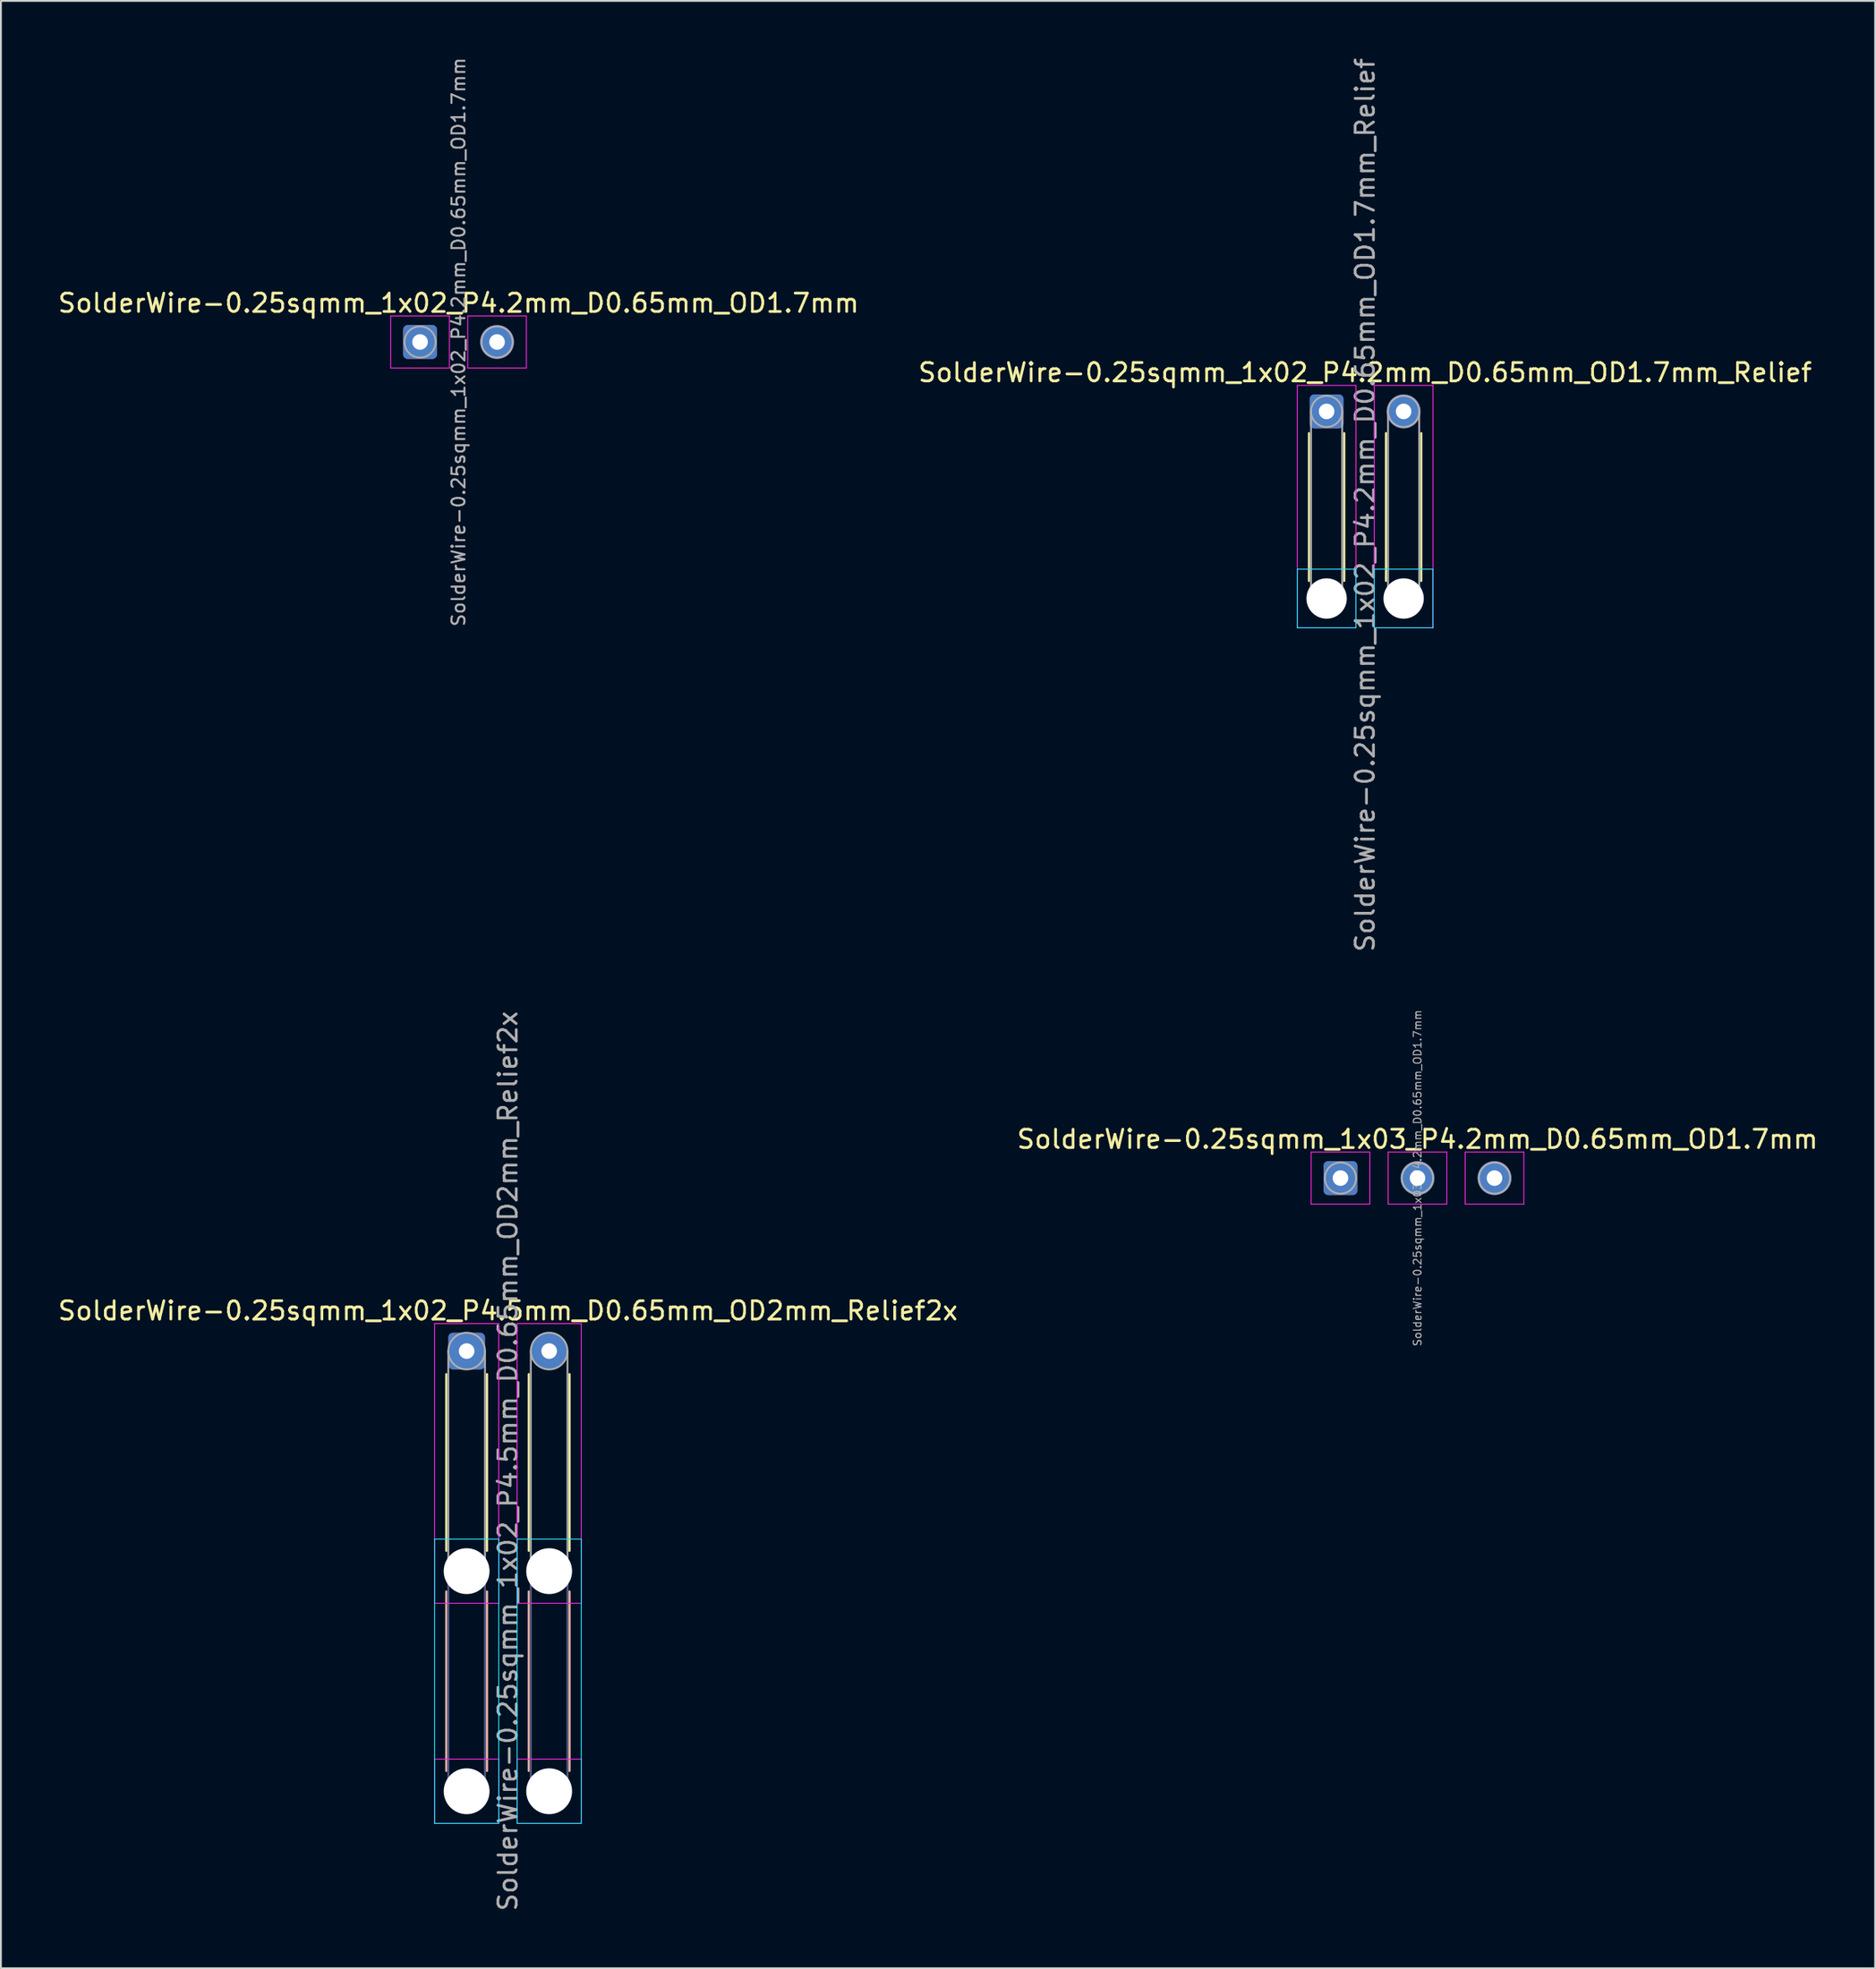
<source format=kicad_pcb>
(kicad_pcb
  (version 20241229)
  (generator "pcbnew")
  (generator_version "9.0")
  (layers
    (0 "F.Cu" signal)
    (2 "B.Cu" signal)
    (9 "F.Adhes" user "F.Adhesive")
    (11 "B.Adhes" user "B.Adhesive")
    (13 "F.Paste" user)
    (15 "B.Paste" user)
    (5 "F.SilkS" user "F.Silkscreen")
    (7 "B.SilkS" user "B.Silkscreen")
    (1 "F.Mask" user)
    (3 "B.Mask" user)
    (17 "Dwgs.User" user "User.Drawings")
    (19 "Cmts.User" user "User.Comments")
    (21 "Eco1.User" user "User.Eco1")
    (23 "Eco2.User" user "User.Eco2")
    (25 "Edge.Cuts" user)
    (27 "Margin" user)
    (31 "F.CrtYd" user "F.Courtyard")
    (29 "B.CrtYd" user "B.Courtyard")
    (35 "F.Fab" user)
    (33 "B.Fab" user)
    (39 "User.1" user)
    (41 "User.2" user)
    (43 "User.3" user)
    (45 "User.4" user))
  (footprint "SolderWire-0.25sqmm_1x03_P4.2mm_D0.65mm_OD1.7mm"
    (layer "F.Cu")
    (at 70.056 61.182)
    (property "Reference" "SolderWire-0.25sqmm_1x03_P4.2mm_D0.65mm_OD1.7mm" (at 4.2 -2.12 0) (layer "F.SilkS") (effects (font (size 1 1) (thickness 0.15))))
    (attr exclude_from_pos_files exclude_from_bom)
    (fp_line (start -1.6 -1.42) (end -1.6 1.42) (stroke (width 0.05) (type solid)) (layer "F.CrtYd"))
    (fp_line (start -1.6 1.42) (end 1.6 1.42) (stroke (width 0.05) (type solid)) (layer "F.CrtYd"))
    (fp_line (start 1.6 -1.42) (end -1.6 -1.42) (stroke (width 0.05) (type solid)) (layer "F.CrtYd"))
    (fp_line (start 1.6 1.42) (end 1.6 -1.42) (stroke (width 0.05) (type solid)) (layer "F.CrtYd"))
    (fp_line (start 2.6 -1.42) (end 2.6 1.42) (stroke (width 0.05) (type solid)) (layer "F.CrtYd"))
    (fp_line (start 2.6 1.42) (end 5.8 1.42) (stroke (width 0.05) (type solid)) (layer "F.CrtYd"))
    (fp_line (start 5.8 -1.42) (end 2.6 -1.42) (stroke (width 0.05) (type solid)) (layer "F.CrtYd"))
    (fp_line (start 5.8 1.42) (end 5.8 -1.42) (stroke (width 0.05) (type solid)) (layer "F.CrtYd"))
    (fp_line (start 6.8 -1.42) (end 6.8 1.42) (stroke (width 0.05) (type solid)) (layer "F.CrtYd"))
    (fp_line (start 6.8 1.42) (end 10 1.42) (stroke (width 0.05) (type solid)) (layer "F.CrtYd"))
    (fp_line (start 10 -1.42) (end 6.8 -1.42) (stroke (width 0.05) (type solid)) (layer "F.CrtYd"))
    (fp_line (start 10 1.42) (end 10 -1.42) (stroke (width 0.05) (type solid)) (layer "F.CrtYd"))
    (fp_circle (center 0 0) (end 0.85 0) (stroke (width 0.1) (type solid)) (fill no) (layer "F.Fab"))
    (fp_circle (center 4.2 0) (end 5.05 0) (stroke (width 0.1) (type solid)) (fill no) (layer "F.Fab"))
    (fp_circle (center 8.4 0) (end 9.25 0) (stroke (width 0.1) (type solid)) (fill no) (layer "F.Fab"))
    (fp_text user "${REFERENCE}" (at 4.2 0 90) (layer "F.Fab") (effects (font (size 0.42 0.42) (thickness 0.06))))
    (pad "1" thru_hole roundrect (at 0 0) (size 1.85 1.85) (drill 0.85) (layers "*.Cu" "*.Mask") (roundrect_rratio 0.135))
    (pad "2" thru_hole circle (at 4.2 0) (size 1.85 1.85) (drill 0.85) (layers "*.Cu" "*.Mask"))
    (pad "3" thru_hole circle (at 8.4 0) (size 1.85 1.85) (drill 0.85) (layers "*.Cu" "*.Mask")))
  (footprint "SolderWire-0.25sqmm_1x02_P4.5mm_D0.65mm_OD2mm_Relief2x"
    (layer "F.Cu")
    (at 22.399 70.613)
    (property "Reference" "SolderWire-0.25sqmm_1x02_P4.5mm_D0.65mm_OD2mm_Relief2x" (at 2.25 -2.2 0) (layer "F.SilkS") (effects (font (size 1 1) (thickness 0.15))))
    (attr exclude_from_pos_files exclude_from_bom)
    (fp_line (start -1.11 1.26) (end -1.11 10.89) (stroke (width 0.12) (type solid)) (layer "F.SilkS"))
    (fp_line (start 1.11 1.26) (end 1.11 10.89) (stroke (width 0.12) (type solid)) (layer "F.SilkS"))
    (fp_line (start 3.39 1.26) (end 3.39 10.89) (stroke (width 0.12) (type solid)) (layer "F.SilkS"))
    (fp_line (start 5.61 1.26) (end 5.61 10.89) (stroke (width 0.12) (type solid)) (layer "F.SilkS"))
    (fp_line (start -1.11 13.11) (end -1.11 22.89) (stroke (width 0.12) (type solid)) (layer "B.SilkS"))
    (fp_line (start 1.11 13.11) (end 1.11 22.89) (stroke (width 0.12) (type solid)) (layer "B.SilkS"))
    (fp_line (start 3.39 13.11) (end 3.39 22.89) (stroke (width 0.12) (type solid)) (layer "B.SilkS"))
    (fp_line (start 5.61 13.11) (end 5.61 22.89) (stroke (width 0.12) (type solid)) (layer "B.SilkS"))
    (fp_line (start -1.75 10.25) (end -1.75 25.75) (stroke (width 0.05) (type solid)) (layer "B.CrtYd"))
    (fp_line (start -1.75 25.75) (end 1.75 25.75) (stroke (width 0.05) (type solid)) (layer "B.CrtYd"))
    (fp_line (start 1.75 10.25) (end -1.75 10.25) (stroke (width 0.05) (type solid)) (layer "B.CrtYd"))
    (fp_line (start 1.75 25.75) (end 1.75 10.25) (stroke (width 0.05) (type solid)) (layer "B.CrtYd"))
    (fp_line (start 2.75 10.25) (end 2.75 25.75) (stroke (width 0.05) (type solid)) (layer "B.CrtYd"))
    (fp_line (start 2.75 25.75) (end 6.25 25.75) (stroke (width 0.05) (type solid)) (layer "B.CrtYd"))
    (fp_line (start 6.25 10.25) (end 2.75 10.25) (stroke (width 0.05) (type solid)) (layer "B.CrtYd"))
    (fp_line (start 6.25 25.75) (end 6.25 10.25) (stroke (width 0.05) (type solid)) (layer "B.CrtYd"))
    (fp_line (start -1.75 -1.5) (end -1.75 13.75) (stroke (width 0.05) (type solid)) (layer "F.CrtYd"))
    (fp_line (start -1.75 13.75) (end 1.75 13.75) (stroke (width 0.05) (type solid)) (layer "F.CrtYd"))
    (fp_line (start -1.75 22.25) (end -1.75 25.75) (stroke (width 0.05) (type solid)) (layer "F.CrtYd"))
    (fp_line (start -1.75 25.75) (end 1.75 25.75) (stroke (width 0.05) (type solid)) (layer "F.CrtYd"))
    (fp_line (start 1.75 -1.5) (end -1.75 -1.5) (stroke (width 0.05) (type solid)) (layer "F.CrtYd"))
    (fp_line (start 1.75 13.75) (end 1.75 -1.5) (stroke (width 0.05) (type solid)) (layer "F.CrtYd"))
    (fp_line (start 1.75 22.25) (end -1.75 22.25) (stroke (width 0.05) (type solid)) (layer "F.CrtYd"))
    (fp_line (start 1.75 25.75) (end 1.75 22.25) (stroke (width 0.05) (type solid)) (layer "F.CrtYd"))
    (fp_line (start 2.75 -1.5) (end 2.75 13.75) (stroke (width 0.05) (type solid)) (layer "F.CrtYd"))
    (fp_line (start 2.75 13.75) (end 6.25 13.75) (stroke (width 0.05) (type solid)) (layer "F.CrtYd"))
    (fp_line (start 2.75 22.25) (end 2.75 25.75) (stroke (width 0.05) (type solid)) (layer "F.CrtYd"))
    (fp_line (start 2.75 25.75) (end 6.25 25.75) (stroke (width 0.05) (type solid)) (layer "F.CrtYd"))
    (fp_line (start 6.25 -1.5) (end 2.75 -1.5) (stroke (width 0.05) (type solid)) (layer "F.CrtYd"))
    (fp_line (start 6.25 13.75) (end 6.25 -1.5) (stroke (width 0.05) (type solid)) (layer "F.CrtYd"))
    (fp_line (start 6.25 22.25) (end 2.75 22.25) (stroke (width 0.05) (type solid)) (layer "F.CrtYd"))
    (fp_line (start 6.25 25.75) (end 6.25 22.25) (stroke (width 0.05) (type solid)) (layer "F.CrtYd"))
    (fp_line (start -1 12) (end -1 24) (stroke (width 0.1) (type solid)) (layer "B.Fab"))
    (fp_line (start 1 12) (end 1 24) (stroke (width 0.1) (type solid)) (layer "B.Fab"))
    (fp_line (start 3.5 12) (end 3.5 24) (stroke (width 0.1) (type solid)) (layer "B.Fab"))
    (fp_line (start 5.5 12) (end 5.5 24) (stroke (width 0.1) (type solid)) (layer "B.Fab"))
    (fp_circle (center 0 12) (end 1 12) (stroke (width 0.1) (type solid)) (fill no) (layer "B.Fab"))
    (fp_circle (center 0 24) (end 1 24) (stroke (width 0.1) (type solid)) (fill no) (layer "B.Fab"))
    (fp_circle (center 4.5 12) (end 5.5 12) (stroke (width 0.1) (type solid)) (fill no) (layer "B.Fab"))
    (fp_circle (center 4.5 24) (end 5.5 24) (stroke (width 0.1) (type solid)) (fill no) (layer "B.Fab"))
    (fp_line (start -1 0) (end -1 12) (stroke (width 0.1) (type solid)) (layer "F.Fab"))
    (fp_line (start 1 0) (end 1 12) (stroke (width 0.1) (type solid)) (layer "F.Fab"))
    (fp_line (start 3.5 0) (end 3.5 12) (stroke (width 0.1) (type solid)) (layer "F.Fab"))
    (fp_line (start 5.5 0) (end 5.5 12) (stroke (width 0.1) (type solid)) (layer "F.Fab"))
    (fp_circle (center 0 0) (end 1 0) (stroke (width 0.1) (type solid)) (fill no) (layer "F.Fab"))
    (fp_circle (center 0 12) (end 1 12) (stroke (width 0.1) (type solid)) (fill no) (layer "F.Fab"))
    (fp_circle (center 0 24) (end 1 24) (stroke (width 0.1) (type solid)) (fill no) (layer "F.Fab"))
    (fp_circle (center 4.5 0) (end 5.5 0) (stroke (width 0.1) (type solid)) (fill no) (layer "F.Fab"))
    (fp_circle (center 4.5 12) (end 5.5 12) (stroke (width 0.1) (type solid)) (fill no) (layer "F.Fab"))
    (fp_circle (center 4.5 24) (end 5.5 24) (stroke (width 0.1) (type solid)) (fill no) (layer "F.Fab"))
    (fp_text user "${REFERENCE}" (at 2.25 6 90) (layer "F.Fab") (effects (font (size 1 1) (thickness 0.15))))
    (pad "" np_thru_hole circle (at 0 12) (size 2.5 2.5) (drill 2.5) (layers "*.Cu" "*.Mask"))
    (pad "" np_thru_hole circle (at 0 24) (size 2.5 2.5) (drill 2.5) (layers "*.Cu" "*.Mask"))
    (pad "" np_thru_hole circle (at 4.5 12) (size 2.5 2.5) (drill 2.5) (layers "*.Cu" "*.Mask"))
    (pad "" np_thru_hole circle (at 4.5 24) (size 2.5 2.5) (drill 2.5) (layers "*.Cu" "*.Mask"))
    (pad "1" thru_hole roundrect (at 0 0) (size 2 2) (drill 0.85) (layers "*.Cu" "*.Mask") (roundrect_rratio 0.125))
    (pad "2" thru_hole circle (at 4.5 0) (size 2 2) (drill 0.85) (layers "*.Cu" "*.Mask")))
  (footprint "SolderWire-0.25sqmm_1x02_P4.2mm_D0.65mm_OD1.7mm"
    (layer "F.Cu")
    (at 19.858 15.596)
    (property "Reference" "SolderWire-0.25sqmm_1x02_P4.2mm_D0.65mm_OD1.7mm" (at 2.1 -2.12 0) (layer "F.SilkS") (effects (font (size 1 1) (thickness 0.15))))
    (attr exclude_from_pos_files exclude_from_bom)
    (fp_line (start -1.6 -1.42) (end -1.6 1.42) (stroke (width 0.05) (type solid)) (layer "F.CrtYd"))
    (fp_line (start -1.6 1.42) (end 1.6 1.42) (stroke (width 0.05) (type solid)) (layer "F.CrtYd"))
    (fp_line (start 1.6 -1.42) (end -1.6 -1.42) (stroke (width 0.05) (type solid)) (layer "F.CrtYd"))
    (fp_line (start 1.6 1.42) (end 1.6 -1.42) (stroke (width 0.05) (type solid)) (layer "F.CrtYd"))
    (fp_line (start 2.6 -1.42) (end 2.6 1.42) (stroke (width 0.05) (type solid)) (layer "F.CrtYd"))
    (fp_line (start 2.6 1.42) (end 5.8 1.42) (stroke (width 0.05) (type solid)) (layer "F.CrtYd"))
    (fp_line (start 5.8 -1.42) (end 2.6 -1.42) (stroke (width 0.05) (type solid)) (layer "F.CrtYd"))
    (fp_line (start 5.8 1.42) (end 5.8 -1.42) (stroke (width 0.05) (type solid)) (layer "F.CrtYd"))
    (fp_circle (center 0 0) (end 0.85 0) (stroke (width 0.1) (type solid)) (fill no) (layer "F.Fab"))
    (fp_circle (center 4.2 0) (end 5.05 0) (stroke (width 0.1) (type solid)) (fill no) (layer "F.Fab"))
    (fp_text user "${REFERENCE}" (at 2.1 0 90) (layer "F.Fab") (effects (font (size 0.71 0.71) (thickness 0.11))))
    (pad "1" thru_hole roundrect (at 0 0) (size 1.85 1.85) (drill 0.85) (layers "*.Cu" "*.Mask") (roundrect_rratio 0.135))
    (pad "2" thru_hole circle (at 4.2 0) (size 1.85 1.85) (drill 0.85) (layers "*.Cu" "*.Mask")))
  (footprint "SolderWire-0.25sqmm_1x02_P4.2mm_D0.65mm_OD1.7mm_Relief"
    (layer "F.Cu")
    (at 69.299 19.382)
    (property "Reference" "SolderWire-0.25sqmm_1x02_P4.2mm_D0.65mm_OD1.7mm_Relief" (at 2.1 -2.12 0) (layer "F.SilkS") (effects (font (size 1 1) (thickness 0.15))))
    (attr exclude_from_pos_files exclude_from_bom)
    (fp_line (start -0.96 1.185) (end -0.96 9.24) (stroke (width 0.12) (type solid)) (layer "F.SilkS"))
    (fp_line (start 0.96 1.185) (end 0.96 9.24) (stroke (width 0.12) (type solid)) (layer "F.SilkS"))
    (fp_line (start 3.24 1.185) (end 3.24 9.24) (stroke (width 0.12) (type solid)) (layer "F.SilkS"))
    (fp_line (start 5.16 1.185) (end 5.16 9.24) (stroke (width 0.12) (type solid)) (layer "F.SilkS"))
    (fp_line (start -1.6 8.6) (end -1.6 11.8) (stroke (width 0.05) (type solid)) (layer "B.CrtYd"))
    (fp_line (start -1.6 11.8) (end 1.6 11.8) (stroke (width 0.05) (type solid)) (layer "B.CrtYd"))
    (fp_line (start 1.6 8.6) (end -1.6 8.6) (stroke (width 0.05) (type solid)) (layer "B.CrtYd"))
    (fp_line (start 1.6 11.8) (end 1.6 8.6) (stroke (width 0.05) (type solid)) (layer "B.CrtYd"))
    (fp_line (start 2.6 8.6) (end 2.6 11.8) (stroke (width 0.05) (type solid)) (layer "B.CrtYd"))
    (fp_line (start 2.6 11.8) (end 5.8 11.8) (stroke (width 0.05) (type solid)) (layer "B.CrtYd"))
    (fp_line (start 5.8 8.6) (end 2.6 8.6) (stroke (width 0.05) (type solid)) (layer "B.CrtYd"))
    (fp_line (start 5.8 11.8) (end 5.8 8.6) (stroke (width 0.05) (type solid)) (layer "B.CrtYd"))
    (fp_line (start -1.6 -1.42) (end -1.6 11.8) (stroke (width 0.05) (type solid)) (layer "F.CrtYd"))
    (fp_line (start -1.6 11.8) (end 1.6 11.8) (stroke (width 0.05) (type solid)) (layer "F.CrtYd"))
    (fp_line (start 1.6 -1.42) (end -1.6 -1.42) (stroke (width 0.05) (type solid)) (layer "F.CrtYd"))
    (fp_line (start 1.6 11.8) (end 1.6 -1.42) (stroke (width 0.05) (type solid)) (layer "F.CrtYd"))
    (fp_line (start 2.6 -1.42) (end 2.6 11.8) (stroke (width 0.05) (type solid)) (layer "F.CrtYd"))
    (fp_line (start 2.6 11.8) (end 5.8 11.8) (stroke (width 0.05) (type solid)) (layer "F.CrtYd"))
    (fp_line (start 5.8 -1.42) (end 2.6 -1.42) (stroke (width 0.05) (type solid)) (layer "F.CrtYd"))
    (fp_line (start 5.8 11.8) (end 5.8 -1.42) (stroke (width 0.05) (type solid)) (layer "F.CrtYd"))
    (fp_line (start -0.85 0) (end -0.85 10.2) (stroke (width 0.1) (type solid)) (layer "F.Fab"))
    (fp_line (start 0.85 0) (end 0.85 10.2) (stroke (width 0.1) (type solid)) (layer "F.Fab"))
    (fp_line (start 3.35 0) (end 3.35 10.2) (stroke (width 0.1) (type solid)) (layer "F.Fab"))
    (fp_line (start 5.05 0) (end 5.05 10.2) (stroke (width 0.1) (type solid)) (layer "F.Fab"))
    (fp_circle (center 0 0) (end 0.85 0) (stroke (width 0.1) (type solid)) (fill no) (layer "F.Fab"))
    (fp_circle (center 0 10.2) (end 0.85 10.2) (stroke (width 0.1) (type solid)) (fill no) (layer "F.Fab"))
    (fp_circle (center 4.2 0) (end 5.05 0) (stroke (width 0.1) (type solid)) (fill no) (layer "F.Fab"))
    (fp_circle (center 4.2 10.2) (end 5.05 10.2) (stroke (width 0.1) (type solid)) (fill no) (layer "F.Fab"))
    (fp_text user "${REFERENCE}" (at 2.1 5.1 90) (layer "F.Fab") (effects (font (size 1 1) (thickness 0.15))))
    (pad "" np_thru_hole circle (at 0 10.2) (size 2.2 2.2) (drill 2.2) (layers "*.Cu" "*.Mask"))
    (pad "" np_thru_hole circle (at 4.2 10.2) (size 2.2 2.2) (drill 2.2) (layers "*.Cu" "*.Mask"))
    (pad "1" thru_hole roundrect (at 0 0) (size 1.85 1.85) (drill 0.85) (layers "*.Cu" "*.Mask") (roundrect_rratio 0.135))
    (pad "2" thru_hole circle (at 4.2 0) (size 1.85 1.85) (drill 0.85) (layers "*.Cu" "*.Mask")))
  (gr_rect
    (start -3 -3)
    (end 99.214 104.262)
    (stroke (width 0.1) (type default))
    (fill no)
    (layer "Edge.Cuts")))
</source>
